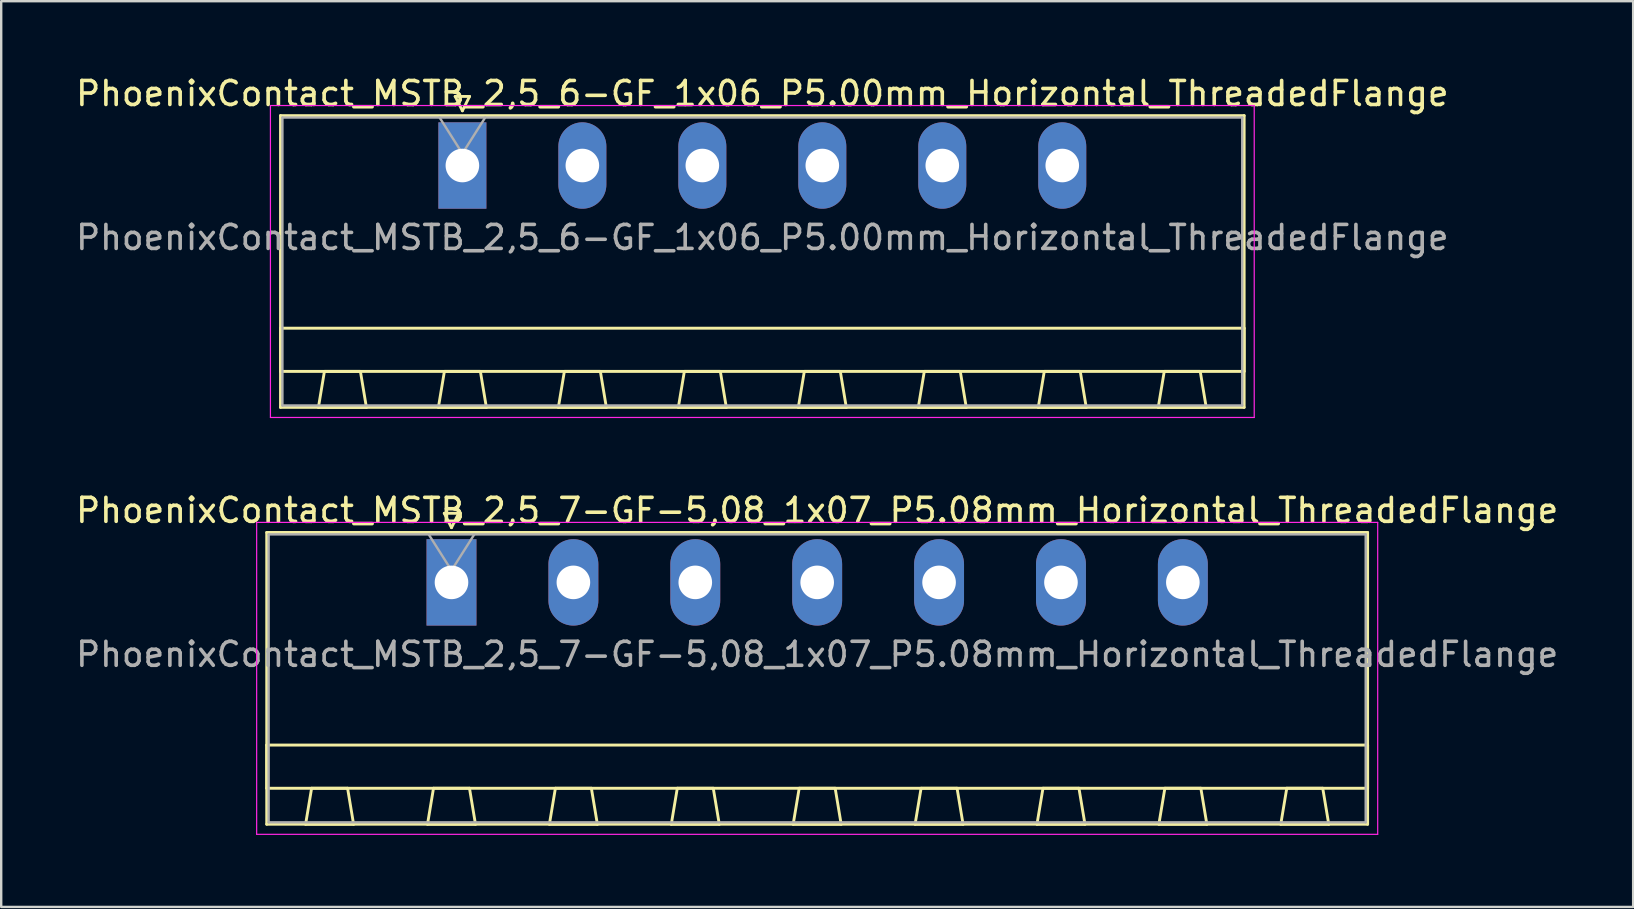
<source format=kicad_pcb>
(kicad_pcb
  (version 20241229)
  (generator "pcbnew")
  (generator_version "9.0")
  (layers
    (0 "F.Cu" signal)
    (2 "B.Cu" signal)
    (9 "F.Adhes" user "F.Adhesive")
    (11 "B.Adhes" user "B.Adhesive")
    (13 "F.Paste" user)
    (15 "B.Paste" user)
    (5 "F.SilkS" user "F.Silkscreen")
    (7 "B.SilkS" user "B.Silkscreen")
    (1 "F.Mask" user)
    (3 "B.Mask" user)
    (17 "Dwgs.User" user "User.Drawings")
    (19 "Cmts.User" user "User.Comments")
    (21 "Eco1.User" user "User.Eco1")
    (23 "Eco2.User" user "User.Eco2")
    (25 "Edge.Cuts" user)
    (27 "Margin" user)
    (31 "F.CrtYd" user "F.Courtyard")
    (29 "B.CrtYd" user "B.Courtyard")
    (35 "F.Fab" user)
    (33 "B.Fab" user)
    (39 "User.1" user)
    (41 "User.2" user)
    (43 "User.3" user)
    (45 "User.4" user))
  (footprint "PhoenixContact_MSTB_2,5_6-GF_1x06_P5.00mm_Horizontal_ThreadedFlange"
    (layer "F.Cu")
    (at 16.22 3.848)
    (property "Reference" "PhoenixContact_MSTB_2,5_6-GF_1x06_P5.00mm_Horizontal_ThreadedFlange" (at 12.5 -3 0) (layer "F.SilkS") (effects (font (size 1 1) (thickness 0.15))))
    (attr through_hole)
    (fp_line (start -7.58 -2.08) (end -7.58 10.08) (stroke (width 0.12) (type solid)) (layer "F.SilkS"))
    (fp_line (start -7.58 6.78) (end 32.58 6.78) (stroke (width 0.12) (type solid)) (layer "F.SilkS"))
    (fp_line (start -7.58 8.58) (end -7.58 6.78) (stroke (width 0.12) (type solid)) (layer "F.SilkS"))
    (fp_line (start -7.58 10.08) (end 32.58 10.08) (stroke (width 0.12) (type solid)) (layer "F.SilkS"))
    (fp_line (start -6 10.08) (end -4 10.08) (stroke (width 0.12) (type solid)) (layer "F.SilkS"))
    (fp_line (start -5.75 8.58) (end -6 10.08) (stroke (width 0.12) (type solid)) (layer "F.SilkS"))
    (fp_line (start -4.25 8.58) (end -5.75 8.58) (stroke (width 0.12) (type solid)) (layer "F.SilkS"))
    (fp_line (start -4 10.08) (end -4.25 8.58) (stroke (width 0.12) (type solid)) (layer "F.SilkS"))
    (fp_line (start -1 10.08) (end 1 10.08) (stroke (width 0.12) (type solid)) (layer "F.SilkS"))
    (fp_line (start -0.75 8.58) (end -1 10.08) (stroke (width 0.12) (type solid)) (layer "F.SilkS"))
    (fp_line (start -0.3 -2.88) (end 0.3 -2.88) (stroke (width 0.12) (type solid)) (layer "F.SilkS"))
    (fp_line (start 0 -2.28) (end -0.3 -2.88) (stroke (width 0.12) (type solid)) (layer "F.SilkS"))
    (fp_line (start 0.3 -2.88) (end 0 -2.28) (stroke (width 0.12) (type solid)) (layer "F.SilkS"))
    (fp_line (start 0.75 8.58) (end -0.75 8.58) (stroke (width 0.12) (type solid)) (layer "F.SilkS"))
    (fp_line (start 1 10.08) (end 0.75 8.58) (stroke (width 0.12) (type solid)) (layer "F.SilkS"))
    (fp_line (start 4 10.08) (end 6 10.08) (stroke (width 0.12) (type solid)) (layer "F.SilkS"))
    (fp_line (start 4.25 8.58) (end 4 10.08) (stroke (width 0.12) (type solid)) (layer "F.SilkS"))
    (fp_line (start 5.75 8.58) (end 4.25 8.58) (stroke (width 0.12) (type solid)) (layer "F.SilkS"))
    (fp_line (start 6 10.08) (end 5.75 8.58) (stroke (width 0.12) (type solid)) (layer "F.SilkS"))
    (fp_line (start 9 10.08) (end 11 10.08) (stroke (width 0.12) (type solid)) (layer "F.SilkS"))
    (fp_line (start 9.25 8.58) (end 9 10.08) (stroke (width 0.12) (type solid)) (layer "F.SilkS"))
    (fp_line (start 10.75 8.58) (end 9.25 8.58) (stroke (width 0.12) (type solid)) (layer "F.SilkS"))
    (fp_line (start 11 10.08) (end 10.75 8.58) (stroke (width 0.12) (type solid)) (layer "F.SilkS"))
    (fp_line (start 14 10.08) (end 16 10.08) (stroke (width 0.12) (type solid)) (layer "F.SilkS"))
    (fp_line (start 14.25 8.58) (end 14 10.08) (stroke (width 0.12) (type solid)) (layer "F.SilkS"))
    (fp_line (start 15.75 8.58) (end 14.25 8.58) (stroke (width 0.12) (type solid)) (layer "F.SilkS"))
    (fp_line (start 16 10.08) (end 15.75 8.58) (stroke (width 0.12) (type solid)) (layer "F.SilkS"))
    (fp_line (start 19 10.08) (end 21 10.08) (stroke (width 0.12) (type solid)) (layer "F.SilkS"))
    (fp_line (start 19.25 8.58) (end 19 10.08) (stroke (width 0.12) (type solid)) (layer "F.SilkS"))
    (fp_line (start 20.75 8.58) (end 19.25 8.58) (stroke (width 0.12) (type solid)) (layer "F.SilkS"))
    (fp_line (start 21 10.08) (end 20.75 8.58) (stroke (width 0.12) (type solid)) (layer "F.SilkS"))
    (fp_line (start 24 10.08) (end 26 10.08) (stroke (width 0.12) (type solid)) (layer "F.SilkS"))
    (fp_line (start 24.25 8.58) (end 24 10.08) (stroke (width 0.12) (type solid)) (layer "F.SilkS"))
    (fp_line (start 25.75 8.58) (end 24.25 8.58) (stroke (width 0.12) (type solid)) (layer "F.SilkS"))
    (fp_line (start 26 10.08) (end 25.75 8.58) (stroke (width 0.12) (type solid)) (layer "F.SilkS"))
    (fp_line (start 29 10.08) (end 31 10.08) (stroke (width 0.12) (type solid)) (layer "F.SilkS"))
    (fp_line (start 29.25 8.58) (end 29 10.08) (stroke (width 0.12) (type solid)) (layer "F.SilkS"))
    (fp_line (start 30.75 8.58) (end 29.25 8.58) (stroke (width 0.12) (type solid)) (layer "F.SilkS"))
    (fp_line (start 31 10.08) (end 30.75 8.58) (stroke (width 0.12) (type solid)) (layer "F.SilkS"))
    (fp_line (start 32.58 -2.08) (end -7.58 -2.08) (stroke (width 0.12) (type solid)) (layer "F.SilkS"))
    (fp_line (start 32.58 6.78) (end 32.58 8.58) (stroke (width 0.12) (type solid)) (layer "F.SilkS"))
    (fp_line (start 32.58 8.58) (end -7.58 8.58) (stroke (width 0.12) (type solid)) (layer "F.SilkS"))
    (fp_line (start 32.58 10.08) (end 32.58 -2.08) (stroke (width 0.12) (type solid)) (layer "F.SilkS"))
    (fp_line (start -8 -2.5) (end -8 10.5) (stroke (width 0.05) (type solid)) (layer "F.CrtYd"))
    (fp_line (start -8 10.5) (end 33 10.5) (stroke (width 0.05) (type solid)) (layer "F.CrtYd"))
    (fp_line (start 33 -2.5) (end -8 -2.5) (stroke (width 0.05) (type solid)) (layer "F.CrtYd"))
    (fp_line (start 33 10.5) (end 33 -2.5) (stroke (width 0.05) (type solid)) (layer "F.CrtYd"))
    (fp_line (start -7.5 -2) (end -7.5 10) (stroke (width 0.1) (type solid)) (layer "F.Fab"))
    (fp_line (start -7.5 10) (end 32.5 10) (stroke (width 0.1) (type solid)) (layer "F.Fab"))
    (fp_line (start 0 -0.5) (end -0.95 -2) (stroke (width 0.1) (type solid)) (layer "F.Fab"))
    (fp_line (start 0.95 -2) (end 0 -0.5) (stroke (width 0.1) (type solid)) (layer "F.Fab"))
    (fp_line (start 32.5 -2) (end -7.5 -2) (stroke (width 0.1) (type solid)) (layer "F.Fab"))
    (fp_line (start 32.5 10) (end 32.5 -2) (stroke (width 0.1) (type solid)) (layer "F.Fab"))
    (fp_text user "${REFERENCE}" (at 12.5 3 0) (layer "F.Fab") (effects (font (size 1 1) (thickness 0.15))))
    (pad "1" thru_hole rect (at 0 0) (size 2 3.6) (drill 1.4) (layers "*.Cu" "*.Mask"))
    (pad "2" thru_hole oval (at 5 0) (size 2 3.6) (drill 1.4) (layers "*.Cu" "*.Mask"))
    (pad "3" thru_hole oval (at 10 0) (size 2 3.6) (drill 1.4) (layers "*.Cu" "*.Mask"))
    (pad "4" thru_hole oval (at 15 0) (size 2 3.6) (drill 1.4) (layers "*.Cu" "*.Mask"))
    (pad "5" thru_hole oval (at 20 0) (size 2 3.6) (drill 1.4) (layers "*.Cu" "*.Mask"))
    (pad "6" thru_hole oval (at 25 0) (size 2 3.6) (drill 1.4) (layers "*.Cu" "*.Mask")))
  (footprint "PhoenixContact_MSTB_2,5_7-GF-5,08_1x07_P5.08mm_Horizontal_ThreadedFlange"
    (layer "F.Cu")
    (at 15.766 21.221)
    (property "Reference" "PhoenixContact_MSTB_2,5_7-GF-5,08_1x07_P5.08mm_Horizontal_ThreadedFlange" (at 15.24 -3 0) (layer "F.SilkS") (effects (font (size 1 1) (thickness 0.15))))
    (attr through_hole)
    (fp_line (start -7.7 -2.08) (end -7.7 10.08) (stroke (width 0.12) (type solid)) (layer "F.SilkS"))
    (fp_line (start -7.7 6.78) (end 38.18 6.78) (stroke (width 0.12) (type solid)) (layer "F.SilkS"))
    (fp_line (start -7.7 8.58) (end -7.7 6.78) (stroke (width 0.12) (type solid)) (layer "F.SilkS"))
    (fp_line (start -7.7 10.08) (end 38.18 10.08) (stroke (width 0.12) (type solid)) (layer "F.SilkS"))
    (fp_line (start -6.08 10.08) (end -4.08 10.08) (stroke (width 0.12) (type solid)) (layer "F.SilkS"))
    (fp_line (start -5.83 8.58) (end -6.08 10.08) (stroke (width 0.12) (type solid)) (layer "F.SilkS"))
    (fp_line (start -4.33 8.58) (end -5.83 8.58) (stroke (width 0.12) (type solid)) (layer "F.SilkS"))
    (fp_line (start -4.08 10.08) (end -4.33 8.58) (stroke (width 0.12) (type solid)) (layer "F.SilkS"))
    (fp_line (start -1 10.08) (end 1 10.08) (stroke (width 0.12) (type solid)) (layer "F.SilkS"))
    (fp_line (start -0.75 8.58) (end -1 10.08) (stroke (width 0.12) (type solid)) (layer "F.SilkS"))
    (fp_line (start -0.3 -2.88) (end 0.3 -2.88) (stroke (width 0.12) (type solid)) (layer "F.SilkS"))
    (fp_line (start 0 -2.28) (end -0.3 -2.88) (stroke (width 0.12) (type solid)) (layer "F.SilkS"))
    (fp_line (start 0.3 -2.88) (end 0 -2.28) (stroke (width 0.12) (type solid)) (layer "F.SilkS"))
    (fp_line (start 0.75 8.58) (end -0.75 8.58) (stroke (width 0.12) (type solid)) (layer "F.SilkS"))
    (fp_line (start 1 10.08) (end 0.75 8.58) (stroke (width 0.12) (type solid)) (layer "F.SilkS"))
    (fp_line (start 4.08 10.08) (end 6.08 10.08) (stroke (width 0.12) (type solid)) (layer "F.SilkS"))
    (fp_line (start 4.33 8.58) (end 4.08 10.08) (stroke (width 0.12) (type solid)) (layer "F.SilkS"))
    (fp_line (start 5.83 8.58) (end 4.33 8.58) (stroke (width 0.12) (type solid)) (layer "F.SilkS"))
    (fp_line (start 6.08 10.08) (end 5.83 8.58) (stroke (width 0.12) (type solid)) (layer "F.SilkS"))
    (fp_line (start 9.16 10.08) (end 11.16 10.08) (stroke (width 0.12) (type solid)) (layer "F.SilkS"))
    (fp_line (start 9.41 8.58) (end 9.16 10.08) (stroke (width 0.12) (type solid)) (layer "F.SilkS"))
    (fp_line (start 10.91 8.58) (end 9.41 8.58) (stroke (width 0.12) (type solid)) (layer "F.SilkS"))
    (fp_line (start 11.16 10.08) (end 10.91 8.58) (stroke (width 0.12) (type solid)) (layer "F.SilkS"))
    (fp_line (start 14.24 10.08) (end 16.24 10.08) (stroke (width 0.12) (type solid)) (layer "F.SilkS"))
    (fp_line (start 14.49 8.58) (end 14.24 10.08) (stroke (width 0.12) (type solid)) (layer "F.SilkS"))
    (fp_line (start 15.99 8.58) (end 14.49 8.58) (stroke (width 0.12) (type solid)) (layer "F.SilkS"))
    (fp_line (start 16.24 10.08) (end 15.99 8.58) (stroke (width 0.12) (type solid)) (layer "F.SilkS"))
    (fp_line (start 19.32 10.08) (end 21.32 10.08) (stroke (width 0.12) (type solid)) (layer "F.SilkS"))
    (fp_line (start 19.57 8.58) (end 19.32 10.08) (stroke (width 0.12) (type solid)) (layer "F.SilkS"))
    (fp_line (start 21.07 8.58) (end 19.57 8.58) (stroke (width 0.12) (type solid)) (layer "F.SilkS"))
    (fp_line (start 21.32 10.08) (end 21.07 8.58) (stroke (width 0.12) (type solid)) (layer "F.SilkS"))
    (fp_line (start 24.4 10.08) (end 26.4 10.08) (stroke (width 0.12) (type solid)) (layer "F.SilkS"))
    (fp_line (start 24.65 8.58) (end 24.4 10.08) (stroke (width 0.12) (type solid)) (layer "F.SilkS"))
    (fp_line (start 26.15 8.58) (end 24.65 8.58) (stroke (width 0.12) (type solid)) (layer "F.SilkS"))
    (fp_line (start 26.4 10.08) (end 26.15 8.58) (stroke (width 0.12) (type solid)) (layer "F.SilkS"))
    (fp_line (start 29.48 10.08) (end 31.48 10.08) (stroke (width 0.12) (type solid)) (layer "F.SilkS"))
    (fp_line (start 29.73 8.58) (end 29.48 10.08) (stroke (width 0.12) (type solid)) (layer "F.SilkS"))
    (fp_line (start 31.23 8.58) (end 29.73 8.58) (stroke (width 0.12) (type solid)) (layer "F.SilkS"))
    (fp_line (start 31.48 10.08) (end 31.23 8.58) (stroke (width 0.12) (type solid)) (layer "F.SilkS"))
    (fp_line (start 34.56 10.08) (end 36.56 10.08) (stroke (width 0.12) (type solid)) (layer "F.SilkS"))
    (fp_line (start 34.81 8.58) (end 34.56 10.08) (stroke (width 0.12) (type solid)) (layer "F.SilkS"))
    (fp_line (start 36.31 8.58) (end 34.81 8.58) (stroke (width 0.12) (type solid)) (layer "F.SilkS"))
    (fp_line (start 36.56 10.08) (end 36.31 8.58) (stroke (width 0.12) (type solid)) (layer "F.SilkS"))
    (fp_line (start 38.18 -2.08) (end -7.7 -2.08) (stroke (width 0.12) (type solid)) (layer "F.SilkS"))
    (fp_line (start 38.18 6.78) (end 38.18 8.58) (stroke (width 0.12) (type solid)) (layer "F.SilkS"))
    (fp_line (start 38.18 8.58) (end -7.7 8.58) (stroke (width 0.12) (type solid)) (layer "F.SilkS"))
    (fp_line (start 38.18 10.08) (end 38.18 -2.08) (stroke (width 0.12) (type solid)) (layer "F.SilkS"))
    (fp_line (start -8.12 -2.5) (end -8.12 10.5) (stroke (width 0.05) (type solid)) (layer "F.CrtYd"))
    (fp_line (start -8.12 10.5) (end 38.6 10.5) (stroke (width 0.05) (type solid)) (layer "F.CrtYd"))
    (fp_line (start 38.6 -2.5) (end -8.12 -2.5) (stroke (width 0.05) (type solid)) (layer "F.CrtYd"))
    (fp_line (start 38.6 10.5) (end 38.6 -2.5) (stroke (width 0.05) (type solid)) (layer "F.CrtYd"))
    (fp_line (start -7.62 -2) (end -7.62 10) (stroke (width 0.1) (type solid)) (layer "F.Fab"))
    (fp_line (start -7.62 10) (end 38.1 10) (stroke (width 0.1) (type solid)) (layer "F.Fab"))
    (fp_line (start 0 -0.5) (end -0.95 -2) (stroke (width 0.1) (type solid)) (layer "F.Fab"))
    (fp_line (start 0.95 -2) (end 0 -0.5) (stroke (width 0.1) (type solid)) (layer "F.Fab"))
    (fp_line (start 38.1 -2) (end -7.62 -2) (stroke (width 0.1) (type solid)) (layer "F.Fab"))
    (fp_line (start 38.1 10) (end 38.1 -2) (stroke (width 0.1) (type solid)) (layer "F.Fab"))
    (fp_text user "${REFERENCE}" (at 15.24 3 0) (layer "F.Fab") (effects (font (size 1 1) (thickness 0.15))))
    (pad "1" thru_hole rect (at 0 0) (size 2.08 3.6) (drill 1.4) (layers "*.Cu" "*.Mask"))
    (pad "2" thru_hole oval (at 5.08 0) (size 2.08 3.6) (drill 1.4) (layers "*.Cu" "*.Mask"))
    (pad "3" thru_hole oval (at 10.16 0) (size 2.08 3.6) (drill 1.4) (layers "*.Cu" "*.Mask"))
    (pad "4" thru_hole oval (at 15.24 0) (size 2.08 3.6) (drill 1.4) (layers "*.Cu" "*.Mask"))
    (pad "5" thru_hole oval (at 20.32 0) (size 2.08 3.6) (drill 1.4) (layers "*.Cu" "*.Mask"))
    (pad "6" thru_hole oval (at 25.4 0) (size 2.08 3.6) (drill 1.4) (layers "*.Cu" "*.Mask"))
    (pad "7" thru_hole oval (at 30.48 0) (size 2.08 3.6) (drill 1.4) (layers "*.Cu" "*.Mask")))
  (gr_rect
    (start -3 -3)
    (end 65.012 34.746)
    (stroke (width 0.1) (type default))
    (fill no)
    (layer "Edge.Cuts")))
</source>
